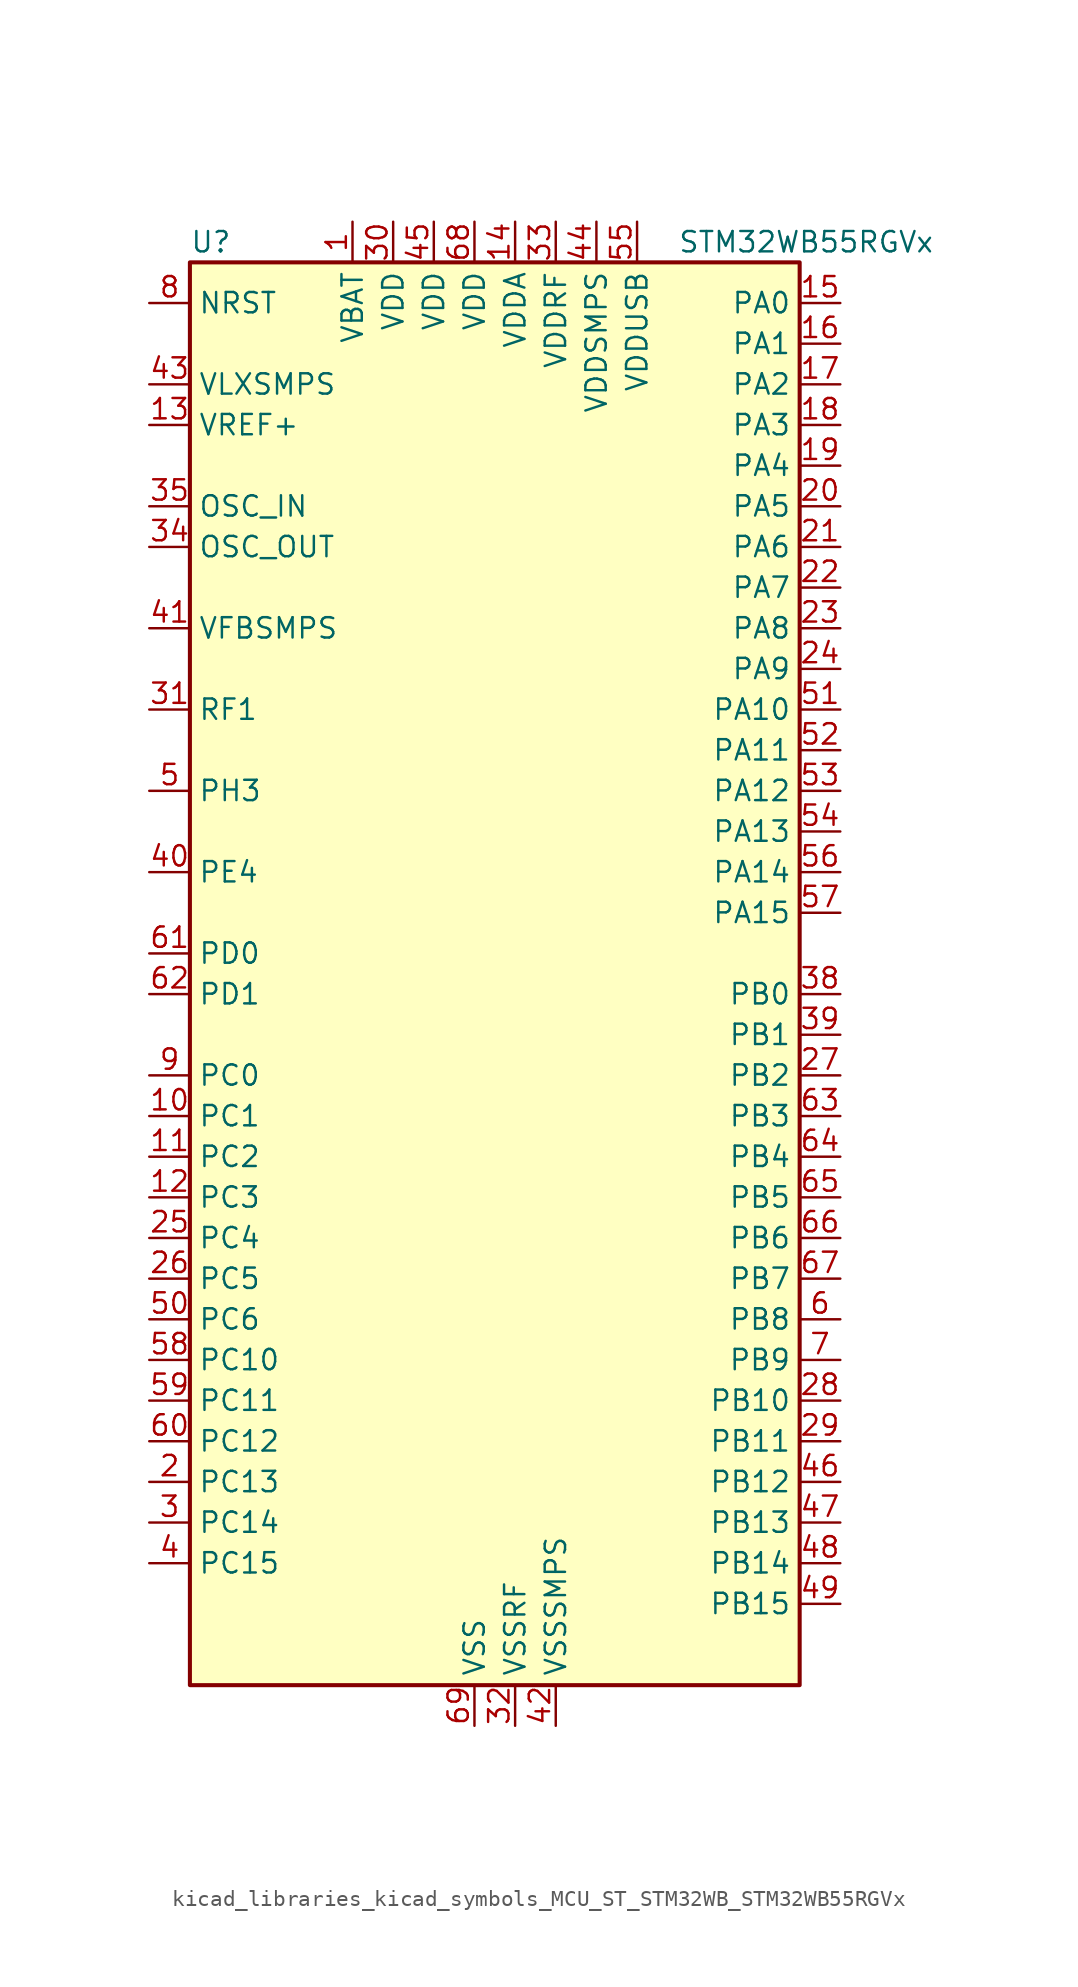
<source format=kicad_sym>
(kicad_symbol_lib
  (version 20220914)
  (generator kicad_symbol_editor)
  (symbol "kicad_libraries_kicad_symbols_MCU_ST_STM32WB_STM32WB55RGVx"
    (property "Reference" "U"
      (at -17.78 46.99 0)
      (effects (font (size 1.27 1.27)) (justify left)))
    (property "Value" "STM32WB55RGVx"
      (at 12.7 46.99 0)
      (effects (font (size 1.27 1.27)) (justify left)))
    (property "ki_locked" ""
      (at 0 0 0)
      (effects (font (size 1.27 1.27))))
    (symbol "kicad_libraries_kicad_symbols_MCU_ST_STM32WB_STM32WB55RGVx_0_1"
      (rectangle (start -17.78 -43.18) (end 20.32 45.72) (stroke (width 0.254) (type default)) (fill (type background))))
    (symbol "kicad_libraries_kicad_symbols_MCU_ST_STM32WB_STM32WB55RGVx_1_1"
      (pin power_in line (at -7.62 48.26 270) (length 2.54) (name "VBAT" (effects (font (size 1.27 1.27)))) (number "1" (effects (font (size 1.27 1.27)))))
      (pin bidirectional line (at -20.32 -7.62 0) (length 2.54) (name "PC1" (effects (font (size 1.27 1.27)))) (number "10" (effects (font (size 1.27 1.27)))) (alternate "ADC1_IN2" bidirectional line) (alternate "I2C3_SDA" bidirectional line) (alternate "LCD_SEG19" bidirectional line) (alternate "LPTIM1_OUT" bidirectional line) (alternate "LPUART1_TX" bidirectional line) (alternate "SPI2_MOSI" bidirectional line))
      (pin bidirectional line (at -20.32 -10.16 0) (length 2.54) (name "PC2" (effects (font (size 1.27 1.27)))) (number "11" (effects (font (size 1.27 1.27)))) (alternate "ADC1_IN3" bidirectional line) (alternate "LCD_SEG20" bidirectional line) (alternate "LPTIM1_IN2" bidirectional line) (alternate "SPI2_MISO" bidirectional line))
      (pin bidirectional line (at -20.32 -12.7 0) (length 2.54) (name "PC3" (effects (font (size 1.27 1.27)))) (number "12" (effects (font (size 1.27 1.27)))) (alternate "ADC1_IN4" bidirectional line) (alternate "LCD_VLCD" bidirectional line) (alternate "LPTIM1_ETR" bidirectional line) (alternate "LPTIM2_ETR" bidirectional line) (alternate "SAI1_D1" bidirectional line) (alternate "SAI1_SD_A" bidirectional line) (alternate "SPI2_MOSI" bidirectional line))
      (pin input line (at -20.32 35.56 0) (length 2.54) (name "VREF+" (effects (font (size 1.27 1.27)))) (number "13" (effects (font (size 1.27 1.27)))) (alternate "VREFBUF_OUT" bidirectional line))
      (pin power_in line (at 2.54 48.26 270) (length 2.54) (name "VDDA" (effects (font (size 1.27 1.27)))) (number "14" (effects (font (size 1.27 1.27)))))
      (pin bidirectional line (at 22.86 43.18 180) (length 2.54) (name "PA0" (effects (font (size 1.27 1.27)))) (number "15" (effects (font (size 1.27 1.27)))) (alternate "ADC1_IN5" bidirectional line) (alternate "COMP1_INM" bidirectional line) (alternate "COMP1_OUT" bidirectional line) (alternate "RTC_TAMP2" bidirectional line) (alternate "SAI1_EXTCLK" bidirectional line) (alternate "SYS_WKUP1" bidirectional line) (alternate "TIM2_CH1" bidirectional line) (alternate "TIM2_ETR" bidirectional line))
      (pin bidirectional line (at 22.86 40.64 180) (length 2.54) (name "PA1" (effects (font (size 1.27 1.27)))) (number "16" (effects (font (size 1.27 1.27)))) (alternate "ADC1_IN6" bidirectional line) (alternate "COMP1_INP" bidirectional line) (alternate "I2C1_SMBA" bidirectional line) (alternate "LCD_SEG0" bidirectional line) (alternate "SPI1_SCK" bidirectional line) (alternate "TIM2_CH2" bidirectional line))
      (pin bidirectional line (at 22.86 38.1 180) (length 2.54) (name "PA2" (effects (font (size 1.27 1.27)))) (number "17" (effects (font (size 1.27 1.27)))) (alternate "ADC1_IN7" bidirectional line) (alternate "COMP2_INM" bidirectional line) (alternate "COMP2_OUT" bidirectional line) (alternate "LCD_SEG1" bidirectional line) (alternate "LPUART1_TX" bidirectional line) (alternate "QUADSPI_BK1_NCS" bidirectional line) (alternate "RCC_LSCO" bidirectional line) (alternate "SYS_WKUP4" bidirectional line) (alternate "TIM2_CH3" bidirectional line))
      (pin bidirectional line (at 22.86 35.56 180) (length 2.54) (name "PA3" (effects (font (size 1.27 1.27)))) (number "18" (effects (font (size 1.27 1.27)))) (alternate "ADC1_IN8" bidirectional line) (alternate "COMP2_INP" bidirectional line) (alternate "LCD_SEG2" bidirectional line) (alternate "LPUART1_RX" bidirectional line) (alternate "QUADSPI_CLK" bidirectional line) (alternate "SAI1_CK1" bidirectional line) (alternate "SAI1_MCLK_A" bidirectional line) (alternate "TIM2_CH4" bidirectional line))
      (pin bidirectional line (at 22.86 33.02 180) (length 2.54) (name "PA4" (effects (font (size 1.27 1.27)))) (number "19" (effects (font (size 1.27 1.27)))) (alternate "ADC1_IN9" bidirectional line) (alternate "COMP1_INM" bidirectional line) (alternate "COMP2_INM" bidirectional line) (alternate "LCD_SEG5" bidirectional line) (alternate "LPTIM2_OUT" bidirectional line) (alternate "SAI1_FS_B" bidirectional line) (alternate "SPI1_NSS" bidirectional line))
      (pin bidirectional line (at -20.32 -30.48 0) (length 2.54) (name "PC13" (effects (font (size 1.27 1.27)))) (number "2" (effects (font (size 1.27 1.27)))) (alternate "RTC_OUT1" bidirectional line) (alternate "RTC_TAMP1" bidirectional line) (alternate "RTC_TS" bidirectional line) (alternate "SYS_WKUP2" bidirectional line))
      (pin bidirectional line (at 22.86 30.48 180) (length 2.54) (name "PA5" (effects (font (size 1.27 1.27)))) (number "20" (effects (font (size 1.27 1.27)))) (alternate "ADC1_IN10" bidirectional line) (alternate "COMP1_INM" bidirectional line) (alternate "COMP2_INM" bidirectional line) (alternate "LPTIM2_ETR" bidirectional line) (alternate "SAI1_SD_B" bidirectional line) (alternate "SPI1_SCK" bidirectional line) (alternate "TIM2_CH1" bidirectional line) (alternate "TIM2_ETR" bidirectional line))
      (pin bidirectional line (at 22.86 27.94 180) (length 2.54) (name "PA6" (effects (font (size 1.27 1.27)))) (number "21" (effects (font (size 1.27 1.27)))) (alternate "ADC1_IN11" bidirectional line) (alternate "LCD_SEG3" bidirectional line) (alternate "LPUART1_CTS" bidirectional line) (alternate "QUADSPI_BK1_IO3" bidirectional line) (alternate "SPI1_MISO" bidirectional line) (alternate "TIM16_CH1" bidirectional line) (alternate "TIM1_BKIN" bidirectional line))
      (pin bidirectional line (at 22.86 25.4 180) (length 2.54) (name "PA7" (effects (font (size 1.27 1.27)))) (number "22" (effects (font (size 1.27 1.27)))) (alternate "ADC1_IN12" bidirectional line) (alternate "COMP2_OUT" bidirectional line) (alternate "I2C3_SCL" bidirectional line) (alternate "LCD_SEG4" bidirectional line) (alternate "QUADSPI_BK1_IO2" bidirectional line) (alternate "SPI1_MOSI" bidirectional line) (alternate "TIM17_CH1" bidirectional line) (alternate "TIM1_CH1N" bidirectional line))
      (pin bidirectional line (at 22.86 22.86 180) (length 2.54) (name "PA8" (effects (font (size 1.27 1.27)))) (number "23" (effects (font (size 1.27 1.27)))) (alternate "ADC1_IN15" bidirectional line) (alternate "LCD_COM0" bidirectional line) (alternate "LPTIM2_OUT" bidirectional line) (alternate "RCC_MCO" bidirectional line) (alternate "SAI1_CK2" bidirectional line) (alternate "SAI1_SCK_A" bidirectional line) (alternate "TIM1_CH1" bidirectional line) (alternate "USART1_CK" bidirectional line))
      (pin bidirectional line (at 22.86 20.32 180) (length 2.54) (name "PA9" (effects (font (size 1.27 1.27)))) (number "24" (effects (font (size 1.27 1.27)))) (alternate "ADC1_IN16" bidirectional line) (alternate "COMP1_INM" bidirectional line) (alternate "I2C1_SCL" bidirectional line) (alternate "LCD_COM1" bidirectional line) (alternate "SAI1_D2" bidirectional line) (alternate "SAI1_FS_A" bidirectional line) (alternate "SPI2_SCK" bidirectional line) (alternate "TIM1_CH2" bidirectional line) (alternate "USART1_TX" bidirectional line))
      (pin bidirectional line (at -20.32 -15.24 0) (length 2.54) (name "PC4" (effects (font (size 1.27 1.27)))) (number "25" (effects (font (size 1.27 1.27)))) (alternate "ADC1_IN13" bidirectional line) (alternate "COMP1_INM" bidirectional line) (alternate "LCD_SEG22" bidirectional line))
      (pin bidirectional line (at -20.32 -17.78 0) (length 2.54) (name "PC5" (effects (font (size 1.27 1.27)))) (number "26" (effects (font (size 1.27 1.27)))) (alternate "ADC1_IN14" bidirectional line) (alternate "COMP1_INP" bidirectional line) (alternate "LCD_SEG23" bidirectional line) (alternate "SAI1_D3" bidirectional line) (alternate "SYS_WKUP5" bidirectional line))
      (pin bidirectional line (at 22.86 -5.08 180) (length 2.54) (name "PB2" (effects (font (size 1.27 1.27)))) (number "27" (effects (font (size 1.27 1.27)))) (alternate "COMP1_INP" bidirectional line) (alternate "I2C3_SMBA" bidirectional line) (alternate "LCD_VLCD" bidirectional line) (alternate "LPTIM1_OUT" bidirectional line) (alternate "RTC_OUT2" bidirectional line) (alternate "SAI1_EXTCLK" bidirectional line) (alternate "SPI1_NSS" bidirectional line))
      (pin bidirectional line (at 22.86 -25.4 180) (length 2.54) (name "PB10" (effects (font (size 1.27 1.27)))) (number "28" (effects (font (size 1.27 1.27)))) (alternate "COMP1_OUT" bidirectional line) (alternate "I2C3_SCL" bidirectional line) (alternate "LCD_SEG10" bidirectional line) (alternate "LPUART1_RX" bidirectional line) (alternate "QUADSPI_CLK" bidirectional line) (alternate "SAI1_SCK_A" bidirectional line) (alternate "SPI2_SCK" bidirectional line) (alternate "TIM2_CH3" bidirectional line) (alternate "TSC_SYNC" bidirectional line))
      (pin bidirectional line (at 22.86 -27.94 180) (length 2.54) (name "PB11" (effects (font (size 1.27 1.27)))) (number "29" (effects (font (size 1.27 1.27)))) (alternate "ADC1_EXTI11" bidirectional line) (alternate "COMP2_OUT" bidirectional line) (alternate "I2C3_SDA" bidirectional line) (alternate "LCD_SEG11" bidirectional line) (alternate "LPUART1_TX" bidirectional line) (alternate "QUADSPI_BK1_NCS" bidirectional line) (alternate "TIM2_CH4" bidirectional line))
      (pin bidirectional line (at -20.32 -33.02 0) (length 2.54) (name "PC14" (effects (font (size 1.27 1.27)))) (number "3" (effects (font (size 1.27 1.27)))) (alternate "RCC_OSC32_IN" bidirectional line))
      (pin power_in line (at -5.08 48.26 270) (length 2.54) (name "VDD" (effects (font (size 1.27 1.27)))) (number "30" (effects (font (size 1.27 1.27)))))
      (pin bidirectional line (at -20.32 17.78 0) (length 2.54) (name "RF1" (effects (font (size 1.27 1.27)))) (number "31" (effects (font (size 1.27 1.27)))) (alternate "RF_RF1" bidirectional line))
      (pin power_in line (at 2.54 -45.72 90) (length 2.54) (name "VSSRF" (effects (font (size 1.27 1.27)))) (number "32" (effects (font (size 1.27 1.27)))))
      (pin power_in line (at 5.08 48.26 270) (length 2.54) (name "VDDRF" (effects (font (size 1.27 1.27)))) (number "33" (effects (font (size 1.27 1.27)))))
      (pin input line (at -20.32 27.94 0) (length 2.54) (name "OSC_OUT" (effects (font (size 1.27 1.27)))) (number "34" (effects (font (size 1.27 1.27)))) (alternate "RCC_OSC_OUT" bidirectional line))
      (pin input line (at -20.32 30.48 0) (length 2.54) (name "OSC_IN" (effects (font (size 1.27 1.27)))) (number "35" (effects (font (size 1.27 1.27)))) (alternate "RCC_OSC_IN" bidirectional line))
      (pin no_connect line (at -17.78 -43.18 0) (length 2.54) hide (name "AT0" (effects (font (size 1.27 1.27)))) (number "36" (effects (font (size 1.27 1.27)))))
      (pin no_connect line (at -17.78 -40.64 0) (length 2.54) hide (name "AT1" (effects (font (size 1.27 1.27)))) (number "37" (effects (font (size 1.27 1.27)))))
      (pin bidirectional line (at 22.86 0 180) (length 2.54) (name "PB0" (effects (font (size 1.27 1.27)))) (number "38" (effects (font (size 1.27 1.27)))) (alternate "COMP1_OUT" bidirectional line) (alternate "RF_TX_MOD_EXT_PA" bidirectional line))
      (pin bidirectional line (at 22.86 -2.54 180) (length 2.54) (name "PB1" (effects (font (size 1.27 1.27)))) (number "39" (effects (font (size 1.27 1.27)))) (alternate "LPTIM2_IN1" bidirectional line) (alternate "LPUART1_DE" bidirectional line) (alternate "LPUART1_RTS" bidirectional line))
      (pin bidirectional line (at -20.32 -35.56 0) (length 2.54) (name "PC15" (effects (font (size 1.27 1.27)))) (number "4" (effects (font (size 1.27 1.27)))) (alternate "ADC1_EXTI15" bidirectional line) (alternate "RCC_OSC32_OUT" bidirectional line))
      (pin bidirectional line (at -20.32 7.62 0) (length 2.54) (name "PE4" (effects (font (size 1.27 1.27)))) (number "40" (effects (font (size 1.27 1.27)))))
      (pin input line (at -20.32 22.86 0) (length 2.54) (name "VFBSMPS" (effects (font (size 1.27 1.27)))) (number "41" (effects (font (size 1.27 1.27)))))
      (pin power_in line (at 5.08 -45.72 90) (length 2.54) (name "VSSSMPS" (effects (font (size 1.27 1.27)))) (number "42" (effects (font (size 1.27 1.27)))))
      (pin power_in line (at -20.32 38.1 0) (length 2.54) (name "VLXSMPS" (effects (font (size 1.27 1.27)))) (number "43" (effects (font (size 1.27 1.27)))))
      (pin power_in line (at 7.62 48.26 270) (length 2.54) (name "VDDSMPS" (effects (font (size 1.27 1.27)))) (number "44" (effects (font (size 1.27 1.27)))))
      (pin power_in line (at -2.54 48.26 270) (length 2.54) (name "VDD" (effects (font (size 1.27 1.27)))) (number "45" (effects (font (size 1.27 1.27)))))
      (pin bidirectional line (at 22.86 -30.48 180) (length 2.54) (name "PB12" (effects (font (size 1.27 1.27)))) (number "46" (effects (font (size 1.27 1.27)))) (alternate "I2C3_SMBA" bidirectional line) (alternate "LCD_SEG12" bidirectional line) (alternate "LPUART1_DE" bidirectional line) (alternate "LPUART1_RTS" bidirectional line) (alternate "SAI1_FS_A" bidirectional line) (alternate "SPI2_NSS" bidirectional line) (alternate "TIM1_BKIN" bidirectional line) (alternate "TSC_G1_IO1" bidirectional line))
      (pin bidirectional line (at 22.86 -33.02 180) (length 2.54) (name "PB13" (effects (font (size 1.27 1.27)))) (number "47" (effects (font (size 1.27 1.27)))) (alternate "I2C3_SCL" bidirectional line) (alternate "LCD_SEG13" bidirectional line) (alternate "LPUART1_CTS" bidirectional line) (alternate "SAI1_SCK_A" bidirectional line) (alternate "SPI2_SCK" bidirectional line) (alternate "TIM1_CH1N" bidirectional line) (alternate "TSC_G1_IO2" bidirectional line))
      (pin bidirectional line (at 22.86 -35.56 180) (length 2.54) (name "PB14" (effects (font (size 1.27 1.27)))) (number "48" (effects (font (size 1.27 1.27)))) (alternate "I2C3_SDA" bidirectional line) (alternate "LCD_SEG14" bidirectional line) (alternate "SAI1_MCLK_A" bidirectional line) (alternate "SPI2_MISO" bidirectional line) (alternate "TIM1_CH2N" bidirectional line) (alternate "TSC_G1_IO3" bidirectional line))
      (pin bidirectional line (at 22.86 -38.1 180) (length 2.54) (name "PB15" (effects (font (size 1.27 1.27)))) (number "49" (effects (font (size 1.27 1.27)))) (alternate "ADC1_EXTI15" bidirectional line) (alternate "LCD_SEG15" bidirectional line) (alternate "RTC_REFIN" bidirectional line) (alternate "SAI1_SD_A" bidirectional line) (alternate "SPI2_MOSI" bidirectional line) (alternate "TIM1_CH3N" bidirectional line) (alternate "TSC_G1_IO4" bidirectional line))
      (pin bidirectional line (at -20.32 12.7 0) (length 2.54) (name "PH3" (effects (font (size 1.27 1.27)))) (number "5" (effects (font (size 1.27 1.27)))) (alternate "RCC_LSCO" bidirectional line))
      (pin bidirectional line (at -20.32 -20.32 0) (length 2.54) (name "PC6" (effects (font (size 1.27 1.27)))) (number "50" (effects (font (size 1.27 1.27)))) (alternate "LCD_SEG24" bidirectional line))
      (pin bidirectional line (at 22.86 17.78 180) (length 2.54) (name "PA10" (effects (font (size 1.27 1.27)))) (number "51" (effects (font (size 1.27 1.27)))) (alternate "CRS_SYNC" bidirectional line) (alternate "I2C1_SDA" bidirectional line) (alternate "LCD_COM2" bidirectional line) (alternate "SAI1_D1" bidirectional line) (alternate "SAI1_SD_A" bidirectional line) (alternate "TIM17_BKIN" bidirectional line) (alternate "TIM1_CH3" bidirectional line) (alternate "USART1_RX" bidirectional line))
      (pin bidirectional line (at 22.86 15.24 180) (length 2.54) (name "PA11" (effects (font (size 1.27 1.27)))) (number "52" (effects (font (size 1.27 1.27)))) (alternate "ADC1_EXTI11" bidirectional line) (alternate "SPI1_MISO" bidirectional line) (alternate "TIM1_BKIN2" bidirectional line) (alternate "TIM1_CH4" bidirectional line) (alternate "USART1_CTS" bidirectional line) (alternate "USART1_NSS" bidirectional line) (alternate "USB_DM" bidirectional line))
      (pin bidirectional line (at 22.86 12.7 180) (length 2.54) (name "PA12" (effects (font (size 1.27 1.27)))) (number "53" (effects (font (size 1.27 1.27)))) (alternate "LPUART1_RX" bidirectional line) (alternate "SPI1_MOSI" bidirectional line) (alternate "TIM1_ETR" bidirectional line) (alternate "USART1_DE" bidirectional line) (alternate "USART1_RTS" bidirectional line) (alternate "USB_DP" bidirectional line))
      (pin bidirectional line (at 22.86 10.16 180) (length 2.54) (name "PA13" (effects (font (size 1.27 1.27)))) (number "54" (effects (font (size 1.27 1.27)))) (alternate "IR_OUT" bidirectional line) (alternate "SAI1_SD_B" bidirectional line) (alternate "SYS_JTMS-SWDIO" bidirectional line) (alternate "USB_NOE" bidirectional line))
      (pin power_in line (at 10.16 48.26 270) (length 2.54) (name "VDDUSB" (effects (font (size 1.27 1.27)))) (number "55" (effects (font (size 1.27 1.27)))))
      (pin bidirectional line (at 22.86 7.62 180) (length 2.54) (name "PA14" (effects (font (size 1.27 1.27)))) (number "56" (effects (font (size 1.27 1.27)))) (alternate "I2C1_SMBA" bidirectional line) (alternate "LCD_SEG5" bidirectional line) (alternate "LPTIM1_OUT" bidirectional line) (alternate "SAI1_FS_B" bidirectional line) (alternate "SYS_JTCK-SWCLK" bidirectional line))
      (pin bidirectional line (at 22.86 5.08 180) (length 2.54) (name "PA15" (effects (font (size 1.27 1.27)))) (number "57" (effects (font (size 1.27 1.27)))) (alternate "ADC1_EXTI15" bidirectional line) (alternate "LCD_SEG17" bidirectional line) (alternate "RCC_MCO" bidirectional line) (alternate "SPI1_NSS" bidirectional line) (alternate "SYS_JTDI" bidirectional line) (alternate "TIM2_CH1" bidirectional line) (alternate "TIM2_ETR" bidirectional line) (alternate "TSC_G3_IO1" bidirectional line))
      (pin bidirectional line (at -20.32 -22.86 0) (length 2.54) (name "PC10" (effects (font (size 1.27 1.27)))) (number "58" (effects (font (size 1.27 1.27)))) (alternate "LCD_COM4" bidirectional line) (alternate "LCD_SEG28" bidirectional line) (alternate "LCD_SEG40" bidirectional line) (alternate "SYS_TRACED1" bidirectional line) (alternate "TSC_G3_IO2" bidirectional line))
      (pin bidirectional line (at -20.32 -25.4 0) (length 2.54) (name "PC11" (effects (font (size 1.27 1.27)))) (number "59" (effects (font (size 1.27 1.27)))) (alternate "ADC1_EXTI11" bidirectional line) (alternate "LCD_COM5" bidirectional line) (alternate "LCD_SEG29" bidirectional line) (alternate "LCD_SEG41" bidirectional line) (alternate "TSC_G3_IO3" bidirectional line))
      (pin bidirectional line (at 22.86 -20.32 180) (length 2.54) (name "PB8" (effects (font (size 1.27 1.27)))) (number "6" (effects (font (size 1.27 1.27)))) (alternate "I2C1_SCL" bidirectional line) (alternate "LCD_SEG16" bidirectional line) (alternate "QUADSPI_BK1_IO1" bidirectional line) (alternate "SAI1_CK1" bidirectional line) (alternate "SAI1_MCLK_A" bidirectional line) (alternate "TIM16_CH1" bidirectional line) (alternate "TIM1_CH2N" bidirectional line))
      (pin bidirectional line (at -20.32 -27.94 0) (length 2.54) (name "PC12" (effects (font (size 1.27 1.27)))) (number "60" (effects (font (size 1.27 1.27)))) (alternate "LCD_COM6" bidirectional line) (alternate "LCD_SEG30" bidirectional line) (alternate "LCD_SEG42" bidirectional line) (alternate "RCC_LSCO" bidirectional line) (alternate "RTC_TAMP3" bidirectional line) (alternate "SYS_TRACED3" bidirectional line) (alternate "SYS_WKUP3" bidirectional line) (alternate "TSC_G3_IO4" bidirectional line))
      (pin bidirectional line (at -20.32 2.54 0) (length 2.54) (name "PD0" (effects (font (size 1.27 1.27)))) (number "61" (effects (font (size 1.27 1.27)))) (alternate "SPI2_NSS" bidirectional line))
      (pin bidirectional line (at -20.32 0 0) (length 2.54) (name "PD1" (effects (font (size 1.27 1.27)))) (number "62" (effects (font (size 1.27 1.27)))) (alternate "SPI2_SCK" bidirectional line))
      (pin bidirectional line (at 22.86 -7.62 180) (length 2.54) (name "PB3" (effects (font (size 1.27 1.27)))) (number "63" (effects (font (size 1.27 1.27)))) (alternate "COMP2_INM" bidirectional line) (alternate "LCD_SEG7" bidirectional line) (alternate "SAI1_SCK_B" bidirectional line) (alternate "SPI1_SCK" bidirectional line) (alternate "SYS_JTDO-SWO" bidirectional line) (alternate "TIM2_CH2" bidirectional line) (alternate "USART1_DE" bidirectional line) (alternate "USART1_RTS" bidirectional line))
      (pin bidirectional line (at 22.86 -10.16 180) (length 2.54) (name "PB4" (effects (font (size 1.27 1.27)))) (number "64" (effects (font (size 1.27 1.27)))) (alternate "COMP2_INP" bidirectional line) (alternate "I2C3_SDA" bidirectional line) (alternate "LCD_SEG8" bidirectional line) (alternate "SAI1_MCLK_B" bidirectional line) (alternate "SPI1_MISO" bidirectional line) (alternate "SYS_JTRST" bidirectional line) (alternate "TIM17_BKIN" bidirectional line) (alternate "TSC_G2_IO1" bidirectional line) (alternate "USART1_CTS" bidirectional line) (alternate "USART1_NSS" bidirectional line))
      (pin bidirectional line (at 22.86 -12.7 180) (length 2.54) (name "PB5" (effects (font (size 1.27 1.27)))) (number "65" (effects (font (size 1.27 1.27)))) (alternate "COMP2_OUT" bidirectional line) (alternate "I2C1_SMBA" bidirectional line) (alternate "LCD_SEG9" bidirectional line) (alternate "LPTIM1_IN1" bidirectional line) (alternate "LPUART1_TX" bidirectional line) (alternate "SAI1_SD_B" bidirectional line) (alternate "SPI1_MOSI" bidirectional line) (alternate "TIM16_BKIN" bidirectional line) (alternate "TSC_G2_IO2" bidirectional line) (alternate "USART1_CK" bidirectional line))
      (pin bidirectional line (at 22.86 -15.24 180) (length 2.54) (name "PB6" (effects (font (size 1.27 1.27)))) (number "66" (effects (font (size 1.27 1.27)))) (alternate "COMP2_INP" bidirectional line) (alternate "I2C1_SCL" bidirectional line) (alternate "LCD_SEG6" bidirectional line) (alternate "LPTIM1_ETR" bidirectional line) (alternate "RCC_MCO" bidirectional line) (alternate "SAI1_FS_B" bidirectional line) (alternate "TIM16_CH1N" bidirectional line) (alternate "TSC_G2_IO3" bidirectional line) (alternate "USART1_TX" bidirectional line))
      (pin bidirectional line (at 22.86 -17.78 180) (length 2.54) (name "PB7" (effects (font (size 1.27 1.27)))) (number "67" (effects (font (size 1.27 1.27)))) (alternate "COMP2_INM" bidirectional line) (alternate "I2C1_SDA" bidirectional line) (alternate "LCD_SEG21" bidirectional line) (alternate "LPTIM1_IN2" bidirectional line) (alternate "SYS_PVD_IN" bidirectional line) (alternate "TIM17_CH1N" bidirectional line) (alternate "TIM1_BKIN" bidirectional line) (alternate "TSC_G2_IO4" bidirectional line) (alternate "USART1_RX" bidirectional line))
      (pin power_in line (at 0 48.26 270) (length 2.54) (name "VDD" (effects (font (size 1.27 1.27)))) (number "68" (effects (font (size 1.27 1.27)))))
      (pin power_in line (at 0 -45.72 90) (length 2.54) (name "VSS" (effects (font (size 1.27 1.27)))) (number "69" (effects (font (size 1.27 1.27)))))
      (pin bidirectional line (at 22.86 -22.86 180) (length 2.54) (name "PB9" (effects (font (size 1.27 1.27)))) (number "7" (effects (font (size 1.27 1.27)))) (alternate "I2C1_SDA" bidirectional line) (alternate "IR_OUT" bidirectional line) (alternate "LCD_COM3" bidirectional line) (alternate "QUADSPI_BK1_IO0" bidirectional line) (alternate "SAI1_D2" bidirectional line) (alternate "SAI1_FS_A" bidirectional line) (alternate "SPI2_NSS" bidirectional line) (alternate "TIM17_CH1" bidirectional line) (alternate "TIM1_CH3N" bidirectional line))
      (pin input line (at -20.32 43.18 0) (length 2.54) (name "NRST" (effects (font (size 1.27 1.27)))) (number "8" (effects (font (size 1.27 1.27)))))
      (pin bidirectional line (at -20.32 -5.08 0) (length 2.54) (name "PC0" (effects (font (size 1.27 1.27)))) (number "9" (effects (font (size 1.27 1.27)))) (alternate "ADC1_IN1" bidirectional line) (alternate "I2C3_SCL" bidirectional line) (alternate "LCD_SEG18" bidirectional line) (alternate "LPTIM1_IN1" bidirectional line) (alternate "LPTIM2_IN1" bidirectional line) (alternate "LPUART1_RX" bidirectional line)))))
</source>
